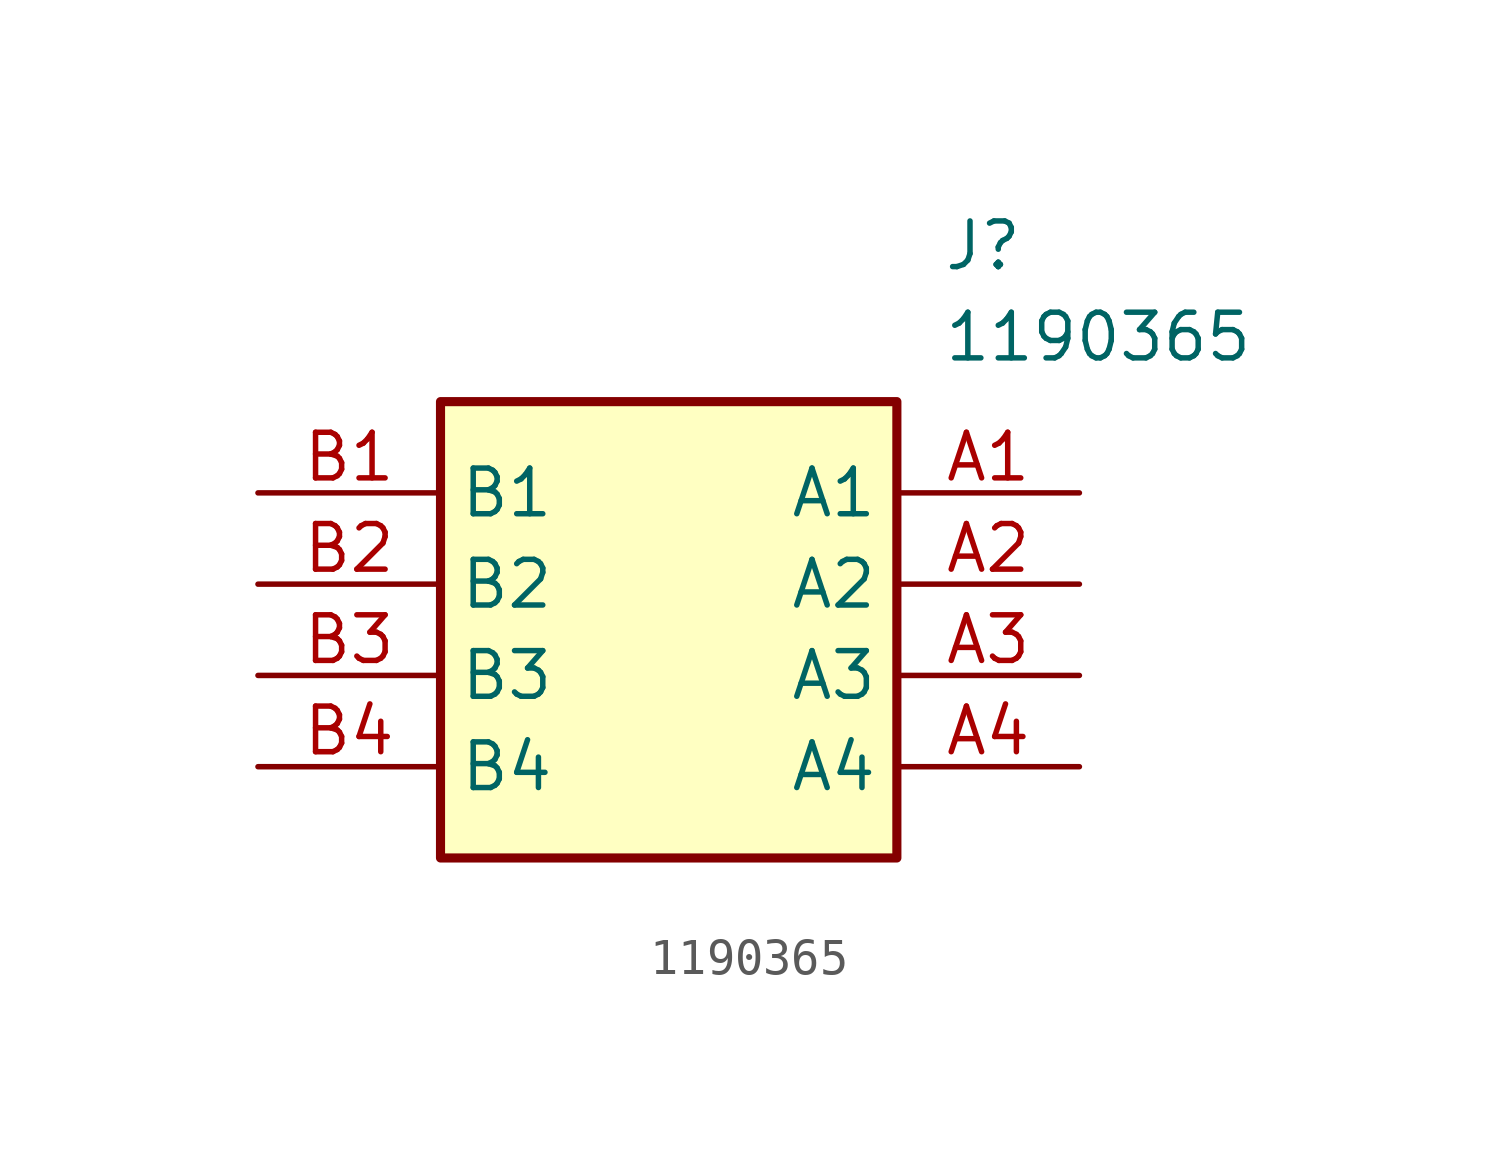
<source format=kicad_sym>
(kicad_symbol_lib
  (version 20211014)
  (generator SamacSys_ECAD_Model)
  (symbol "1190365"
    (property "Reference" "J"
      (at 19.05 7.62 0)
      (effects (font (size 1.27 1.27)) (justify left top)))
    (property "Value" "1190365"
      (at 19.05 5.08 0)
      (effects (font (size 1.27 1.27)) (justify left top)))
    (rectangle
      (start 5.08 2.54)
      (end 17.78 -10.16)
      (stroke (width 0.254) (type default))
      (fill (type background)))
    (pin passive line
      (at 22.86 0 180)
      (length 5.08)
      (name "A1" (effects (font (size 1.27 1.27))))
      (number "A1" (effects (font (size 1.27 1.27)))))
    (pin passive line
      (at 22.86 -2.54 180)
      (length 5.08)
      (name "A2" (effects (font (size 1.27 1.27))))
      (number "A2" (effects (font (size 1.27 1.27)))))
    (pin passive line
      (at 22.86 -5.08 180)
      (length 5.08)
      (name "A3" (effects (font (size 1.27 1.27))))
      (number "A3" (effects (font (size 1.27 1.27)))))
    (pin passive line
      (at 22.86 -7.62 180)
      (length 5.08)
      (name "A4" (effects (font (size 1.27 1.27))))
      (number "A4" (effects (font (size 1.27 1.27)))))
    (pin passive line
      (at 0 0 0)
      (length 5.08)
      (name "B1" (effects (font (size 1.27 1.27))))
      (number "B1" (effects (font (size 1.27 1.27)))))
    (pin passive line
      (at 0 -2.54 0)
      (length 5.08)
      (name "B2" (effects (font (size 1.27 1.27))))
      (number "B2" (effects (font (size 1.27 1.27)))))
    (pin passive line
      (at 0 -5.08 0)
      (length 5.08)
      (name "B3" (effects (font (size 1.27 1.27))))
      (number "B3" (effects (font (size 1.27 1.27)))))
    (pin passive line
      (at 0 -7.62 0)
      (length 5.08)
      (name "B4" (effects (font (size 1.27 1.27))))
      (number "B4" (effects (font (size 1.27 1.27)))))))
</source>
